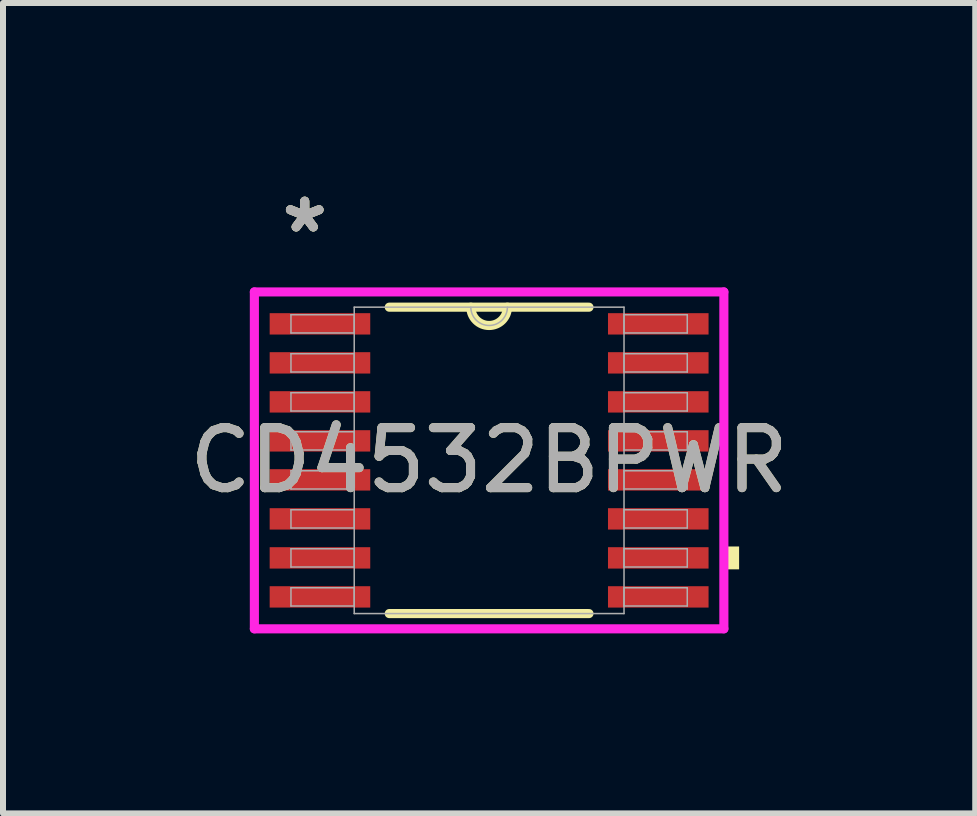
<source format=kicad_pcb>
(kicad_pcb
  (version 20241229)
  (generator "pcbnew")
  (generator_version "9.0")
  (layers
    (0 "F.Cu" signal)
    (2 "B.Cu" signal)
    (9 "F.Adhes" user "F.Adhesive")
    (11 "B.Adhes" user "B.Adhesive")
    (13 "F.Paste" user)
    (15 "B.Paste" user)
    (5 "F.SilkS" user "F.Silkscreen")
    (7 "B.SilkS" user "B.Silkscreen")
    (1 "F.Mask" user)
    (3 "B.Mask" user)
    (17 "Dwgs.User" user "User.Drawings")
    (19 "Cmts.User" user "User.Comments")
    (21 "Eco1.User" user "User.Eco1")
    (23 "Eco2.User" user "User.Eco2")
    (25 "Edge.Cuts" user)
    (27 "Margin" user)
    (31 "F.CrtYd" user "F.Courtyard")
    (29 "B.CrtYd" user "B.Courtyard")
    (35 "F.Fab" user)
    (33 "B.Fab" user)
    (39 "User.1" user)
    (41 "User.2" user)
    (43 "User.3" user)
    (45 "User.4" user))
  (footprint "CD4532BPWR"
    (layer "F.Cu")
    (at 5.101 4.622)
    (property "Reference" "CD4532BPWR" (at 0 0 0) (unlocked yes) (layer "F.SilkS") (effects (font (size 1 1) (thickness 0.15))))
    (attr smd)
    (fp_line (start -1.664 2.553) (end 1.664 2.553) (stroke (width 0.152) (type solid)) (layer "F.SilkS"))
    (fp_line (start 1.664 -2.553) (end -1.664 -2.553) (stroke (width 0.152) (type solid)) (layer "F.SilkS"))
    (fp_arc (start 0.3048 -2.5527) (mid 0 -2.2479) (end -0.3048 -2.5527) (stroke (width 0.1524) (type solid)) (layer "F.SilkS"))
    (fp_poly (pts (xy 4.166 1.435) (xy 4.166 1.816) (xy 3.912 1.816) (xy 3.912 1.435)) (stroke (width 0) (type solid)) (fill yes) (layer "F.SilkS"))
    (fp_line (start -3.912 -2.807) (end 3.912 -2.807) (stroke (width 0.152) (type solid)) (layer "F.CrtYd"))
    (fp_line (start -3.912 2.807) (end -3.912 -2.807) (stroke (width 0.152) (type solid)) (layer "F.CrtYd"))
    (fp_line (start 3.912 -2.807) (end 3.912 2.807) (stroke (width 0.152) (type solid)) (layer "F.CrtYd"))
    (fp_line (start 3.912 2.807) (end -3.912 2.807) (stroke (width 0.152) (type solid)) (layer "F.CrtYd"))
    (fp_line (start -3.302 -2.427) (end -3.302 -2.123) (stroke (width 0.025) (type solid)) (layer "F.Fab"))
    (fp_line (start -3.302 -2.123) (end -2.248 -2.123) (stroke (width 0.025) (type solid)) (layer "F.Fab"))
    (fp_line (start -3.302 -1.777) (end -3.302 -1.473) (stroke (width 0.025) (type solid)) (layer "F.Fab"))
    (fp_line (start -3.302 -1.473) (end -2.248 -1.473) (stroke (width 0.025) (type solid)) (layer "F.Fab"))
    (fp_line (start -3.302 -1.127) (end -3.302 -0.823) (stroke (width 0.025) (type solid)) (layer "F.Fab"))
    (fp_line (start -3.302 -0.823) (end -2.248 -0.823) (stroke (width 0.025) (type solid)) (layer "F.Fab"))
    (fp_line (start -3.302 -0.477) (end -3.302 -0.173) (stroke (width 0.025) (type solid)) (layer "F.Fab"))
    (fp_line (start -3.302 -0.173) (end -2.248 -0.173) (stroke (width 0.025) (type solid)) (layer "F.Fab"))
    (fp_line (start -3.302 0.173) (end -3.302 0.477) (stroke (width 0.025) (type solid)) (layer "F.Fab"))
    (fp_line (start -3.302 0.477) (end -2.248 0.477) (stroke (width 0.025) (type solid)) (layer "F.Fab"))
    (fp_line (start -3.302 0.823) (end -3.302 1.127) (stroke (width 0.025) (type solid)) (layer "F.Fab"))
    (fp_line (start -3.302 1.127) (end -2.248 1.127) (stroke (width 0.025) (type solid)) (layer "F.Fab"))
    (fp_line (start -3.302 1.473) (end -3.302 1.777) (stroke (width 0.025) (type solid)) (layer "F.Fab"))
    (fp_line (start -3.302 1.777) (end -2.248 1.777) (stroke (width 0.025) (type solid)) (layer "F.Fab"))
    (fp_line (start -3.302 2.123) (end -3.302 2.427) (stroke (width 0.025) (type solid)) (layer "F.Fab"))
    (fp_line (start -3.302 2.427) (end -2.248 2.427) (stroke (width 0.025) (type solid)) (layer "F.Fab"))
    (fp_line (start -2.248 -2.553) (end -2.248 2.553) (stroke (width 0.025) (type solid)) (layer "F.Fab"))
    (fp_line (start -2.248 -2.427) (end -3.302 -2.427) (stroke (width 0.025) (type solid)) (layer "F.Fab"))
    (fp_line (start -2.248 -2.123) (end -2.248 -2.427) (stroke (width 0.025) (type solid)) (layer "F.Fab"))
    (fp_line (start -2.248 -1.777) (end -3.302 -1.777) (stroke (width 0.025) (type solid)) (layer "F.Fab"))
    (fp_line (start -2.248 -1.473) (end -2.248 -1.777) (stroke (width 0.025) (type solid)) (layer "F.Fab"))
    (fp_line (start -2.248 -1.127) (end -3.302 -1.127) (stroke (width 0.025) (type solid)) (layer "F.Fab"))
    (fp_line (start -2.248 -0.823) (end -2.248 -1.127) (stroke (width 0.025) (type solid)) (layer "F.Fab"))
    (fp_line (start -2.248 -0.477) (end -3.302 -0.477) (stroke (width 0.025) (type solid)) (layer "F.Fab"))
    (fp_line (start -2.248 -0.173) (end -2.248 -0.477) (stroke (width 0.025) (type solid)) (layer "F.Fab"))
    (fp_line (start -2.248 0.173) (end -3.302 0.173) (stroke (width 0.025) (type solid)) (layer "F.Fab"))
    (fp_line (start -2.248 0.477) (end -2.248 0.173) (stroke (width 0.025) (type solid)) (layer "F.Fab"))
    (fp_line (start -2.248 0.823) (end -3.302 0.823) (stroke (width 0.025) (type solid)) (layer "F.Fab"))
    (fp_line (start -2.248 1.127) (end -2.248 0.823) (stroke (width 0.025) (type solid)) (layer "F.Fab"))
    (fp_line (start -2.248 1.473) (end -3.302 1.473) (stroke (width 0.025) (type solid)) (layer "F.Fab"))
    (fp_line (start -2.248 1.777) (end -2.248 1.473) (stroke (width 0.025) (type solid)) (layer "F.Fab"))
    (fp_line (start -2.248 2.123) (end -3.302 2.123) (stroke (width 0.025) (type solid)) (layer "F.Fab"))
    (fp_line (start -2.248 2.427) (end -2.248 2.123) (stroke (width 0.025) (type solid)) (layer "F.Fab"))
    (fp_line (start -2.248 2.553) (end 2.248 2.553) (stroke (width 0.025) (type solid)) (layer "F.Fab"))
    (fp_line (start 2.248 -2.553) (end -2.248 -2.553) (stroke (width 0.025) (type solid)) (layer "F.Fab"))
    (fp_line (start 2.248 -2.427) (end 2.248 -2.123) (stroke (width 0.025) (type solid)) (layer "F.Fab"))
    (fp_line (start 2.248 -2.123) (end 3.302 -2.123) (stroke (width 0.025) (type solid)) (layer "F.Fab"))
    (fp_line (start 2.248 -1.777) (end 2.248 -1.473) (stroke (width 0.025) (type solid)) (layer "F.Fab"))
    (fp_line (start 2.248 -1.473) (end 3.302 -1.473) (stroke (width 0.025) (type solid)) (layer "F.Fab"))
    (fp_line (start 2.248 -1.127) (end 2.248 -0.823) (stroke (width 0.025) (type solid)) (layer "F.Fab"))
    (fp_line (start 2.248 -0.823) (end 3.302 -0.823) (stroke (width 0.025) (type solid)) (layer "F.Fab"))
    (fp_line (start 2.248 -0.477) (end 2.248 -0.173) (stroke (width 0.025) (type solid)) (layer "F.Fab"))
    (fp_line (start 2.248 -0.173) (end 3.302 -0.173) (stroke (width 0.025) (type solid)) (layer "F.Fab"))
    (fp_line (start 2.248 0.173) (end 2.248 0.477) (stroke (width 0.025) (type solid)) (layer "F.Fab"))
    (fp_line (start 2.248 0.477) (end 3.302 0.477) (stroke (width 0.025) (type solid)) (layer "F.Fab"))
    (fp_line (start 2.248 0.823) (end 2.248 1.127) (stroke (width 0.025) (type solid)) (layer "F.Fab"))
    (fp_line (start 2.248 1.127) (end 3.302 1.127) (stroke (width 0.025) (type solid)) (layer "F.Fab"))
    (fp_line (start 2.248 1.473) (end 2.248 1.777) (stroke (width 0.025) (type solid)) (layer "F.Fab"))
    (fp_line (start 2.248 1.777) (end 3.302 1.777) (stroke (width 0.025) (type solid)) (layer "F.Fab"))
    (fp_line (start 2.248 2.123) (end 2.248 2.427) (stroke (width 0.025) (type solid)) (layer "F.Fab"))
    (fp_line (start 2.248 2.427) (end 3.302 2.427) (stroke (width 0.025) (type solid)) (layer "F.Fab"))
    (fp_line (start 2.248 2.553) (end 2.248 -2.553) (stroke (width 0.025) (type solid)) (layer "F.Fab"))
    (fp_line (start 3.302 -2.427) (end 2.248 -2.427) (stroke (width 0.025) (type solid)) (layer "F.Fab"))
    (fp_line (start 3.302 -2.123) (end 3.302 -2.427) (stroke (width 0.025) (type solid)) (layer "F.Fab"))
    (fp_line (start 3.302 -1.777) (end 2.248 -1.777) (stroke (width 0.025) (type solid)) (layer "F.Fab"))
    (fp_line (start 3.302 -1.473) (end 3.302 -1.777) (stroke (width 0.025) (type solid)) (layer "F.Fab"))
    (fp_line (start 3.302 -1.127) (end 2.248 -1.127) (stroke (width 0.025) (type solid)) (layer "F.Fab"))
    (fp_line (start 3.302 -0.823) (end 3.302 -1.127) (stroke (width 0.025) (type solid)) (layer "F.Fab"))
    (fp_line (start 3.302 -0.477) (end 2.248 -0.477) (stroke (width 0.025) (type solid)) (layer "F.Fab"))
    (fp_line (start 3.302 -0.173) (end 3.302 -0.477) (stroke (width 0.025) (type solid)) (layer "F.Fab"))
    (fp_line (start 3.302 0.173) (end 2.248 0.173) (stroke (width 0.025) (type solid)) (layer "F.Fab"))
    (fp_line (start 3.302 0.477) (end 3.302 0.173) (stroke (width 0.025) (type solid)) (layer "F.Fab"))
    (fp_line (start 3.302 0.823) (end 2.248 0.823) (stroke (width 0.025) (type solid)) (layer "F.Fab"))
    (fp_line (start 3.302 1.127) (end 3.302 0.823) (stroke (width 0.025) (type solid)) (layer "F.Fab"))
    (fp_line (start 3.302 1.473) (end 2.248 1.473) (stroke (width 0.025) (type solid)) (layer "F.Fab"))
    (fp_line (start 3.302 1.777) (end 3.302 1.473) (stroke (width 0.025) (type solid)) (layer "F.Fab"))
    (fp_line (start 3.302 2.123) (end 2.248 2.123) (stroke (width 0.025) (type solid)) (layer "F.Fab"))
    (fp_line (start 3.302 2.427) (end 3.302 2.123) (stroke (width 0.025) (type solid)) (layer "F.Fab"))
    (fp_arc (start 0.3048 -2.5527) (mid 0 -2.2479) (end -0.3048 -2.5527) (stroke (width 0.0254) (type solid)) (layer "F.Fab"))
    (fp_text user "*" (at -3.073 -3.774 0) (unlocked yes) (layer "F.SilkS") (effects (font (size 1 1) (thickness 0.15))))
    (fp_text user "*" (at -3.073 -3.774 0) (layer "F.SilkS") (effects (font (size 1 1) (thickness 0.15))))
    (fp_text user "*" (at -3.073 -3.774 0) (unlocked yes) (layer "F.Fab") (effects (font (size 1 1) (thickness 0.15))))
    (fp_text user "${REFERENCE}" (at 0 0 0) (unlocked yes) (layer "F.Fab") (effects (font (size 1 1) (thickness 0.15))))
    (fp_text user "*" (at -3.073 -3.774 0) (layer "F.Fab") (effects (font (size 1 1) (thickness 0.15))))
    (pad "1" smd rect (at -2.819 -2.275) (size 1.676 0.356) (layers "F.Cu" "F.Mask" "F.Paste"))
    (pad "2" smd rect (at -2.819 -1.625) (size 1.676 0.356) (layers "F.Cu" "F.Mask" "F.Paste"))
    (pad "3" smd rect (at -2.819 -0.975) (size 1.676 0.356) (layers "F.Cu" "F.Mask" "F.Paste"))
    (pad "4" smd rect (at -2.819 -0.325) (size 1.676 0.356) (layers "F.Cu" "F.Mask" "F.Paste"))
    (pad "5" smd rect (at -2.819 0.325) (size 1.676 0.356) (layers "F.Cu" "F.Mask" "F.Paste"))
    (pad "6" smd rect (at -2.819 0.975) (size 1.676 0.356) (layers "F.Cu" "F.Mask" "F.Paste"))
    (pad "7" smd rect (at -2.819 1.625) (size 1.676 0.356) (layers "F.Cu" "F.Mask" "F.Paste"))
    (pad "8" smd rect (at -2.819 2.275) (size 1.676 0.356) (layers "F.Cu" "F.Mask" "F.Paste"))
    (pad "9" smd rect (at 2.819 2.275) (size 1.676 0.356) (layers "F.Cu" "F.Mask" "F.Paste"))
    (pad "10" smd rect (at 2.819 1.625) (size 1.676 0.356) (layers "F.Cu" "F.Mask" "F.Paste"))
    (pad "11" smd rect (at 2.819 0.975) (size 1.676 0.356) (layers "F.Cu" "F.Mask" "F.Paste"))
    (pad "12" smd rect (at 2.819 0.325) (size 1.676 0.356) (layers "F.Cu" "F.Mask" "F.Paste"))
    (pad "13" smd rect (at 2.819 -0.325) (size 1.676 0.356) (layers "F.Cu" "F.Mask" "F.Paste"))
    (pad "14" smd rect (at 2.819 -0.975) (size 1.676 0.356) (layers "F.Cu" "F.Mask" "F.Paste"))
    (pad "15" smd rect (at 2.819 -1.625) (size 1.676 0.356) (layers "F.Cu" "F.Mask" "F.Paste"))
    (pad "16" smd rect (at 2.819 -2.275) (size 1.676 0.356) (layers "F.Cu" "F.Mask" "F.Paste")))
  (gr_rect
    (start -3 -3)
    (end 13.202 10.505)
    (stroke (width 0.1) (type default))
    (fill no)
    (layer "Edge.Cuts")))
</source>
